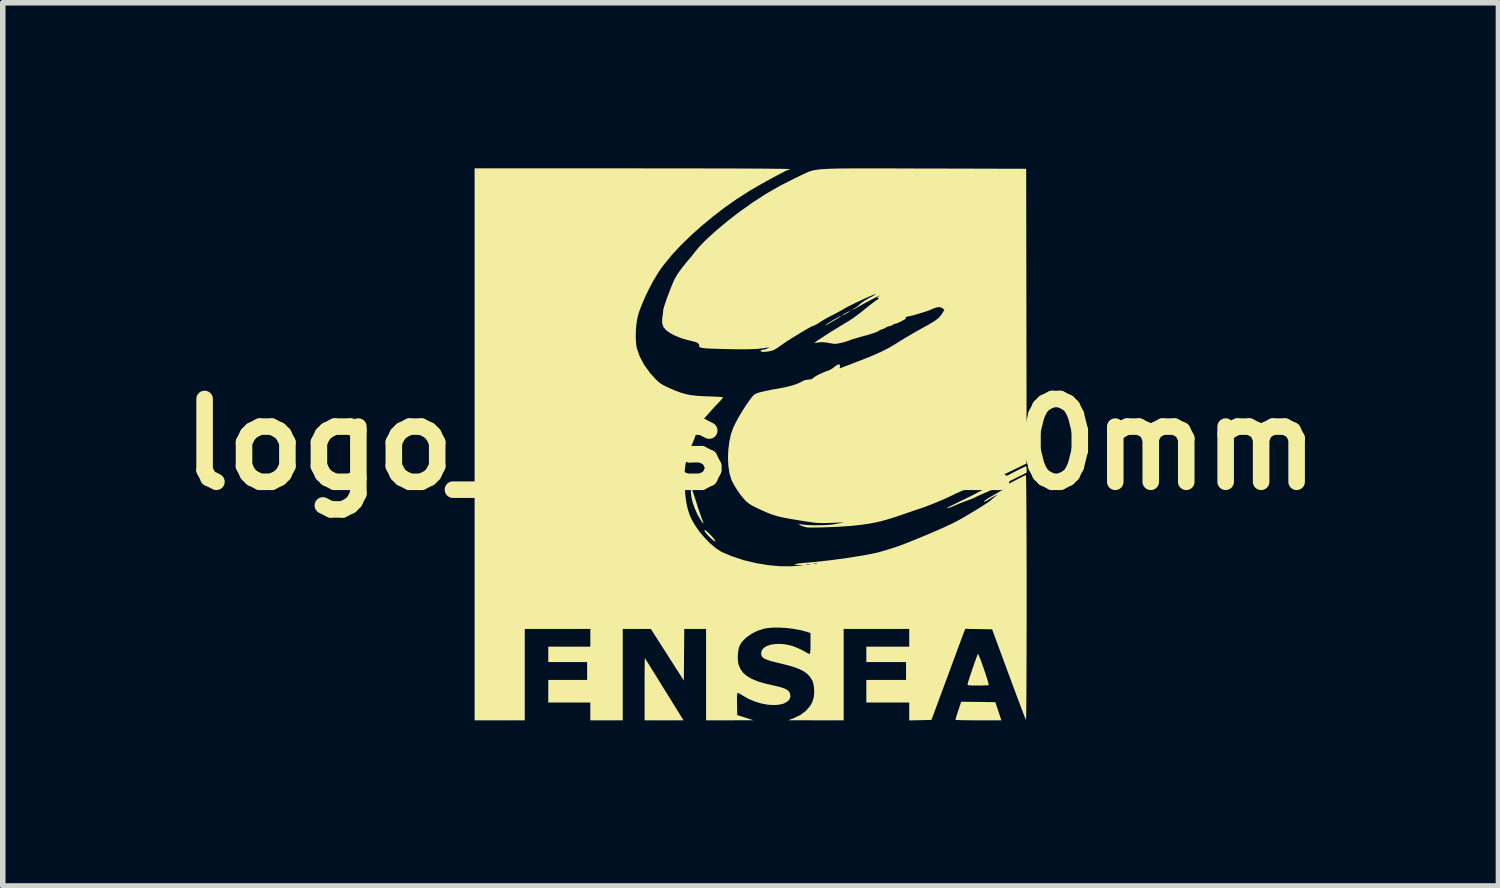
<source format=kicad_pcb>
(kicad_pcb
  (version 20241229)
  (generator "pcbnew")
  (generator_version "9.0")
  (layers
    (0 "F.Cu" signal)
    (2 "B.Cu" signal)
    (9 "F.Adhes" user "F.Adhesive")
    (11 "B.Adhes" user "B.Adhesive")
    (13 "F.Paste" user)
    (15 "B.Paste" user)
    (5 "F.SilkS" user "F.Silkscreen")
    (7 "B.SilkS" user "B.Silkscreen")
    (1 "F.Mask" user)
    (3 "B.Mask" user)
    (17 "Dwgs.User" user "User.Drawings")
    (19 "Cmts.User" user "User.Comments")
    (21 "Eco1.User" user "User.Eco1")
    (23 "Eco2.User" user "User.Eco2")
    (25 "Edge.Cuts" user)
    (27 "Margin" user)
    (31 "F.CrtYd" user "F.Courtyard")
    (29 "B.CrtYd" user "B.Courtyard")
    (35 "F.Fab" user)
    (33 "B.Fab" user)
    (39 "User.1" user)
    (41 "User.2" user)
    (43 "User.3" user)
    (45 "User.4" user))
  (footprint "logo_ensea_10mm"
    (layer "F.Cu")
    (at 10.55 5.001)
    (property "Reference" "logo_ensea_10mm" (at 0 0 0) (layer "F.SilkS") (effects (font (size 1.5 1.5) (thickness 0.3))))
    (attr board_only exclude_from_pos_files exclude_from_bom)
    (fp_poly (pts (xy 1.833 -2.427) (xy 1.826 -2.42) (xy 1.818 -2.427) (xy 1.826 -2.434)) (stroke (width 0) (type solid)) (fill yes) (layer "F.SilkS"))
    (fp_poly (pts (xy 1.792 -2.403) (xy 1.761 -2.385) (xy 1.73 -2.368) (xy 1.691 -2.349) (xy 1.664 -2.339) (xy 1.657 -2.339) (xy 1.669 -2.349) (xy 1.7 -2.367) (xy 1.73 -2.383) (xy 1.77 -2.402) (xy 1.797 -2.412) (xy 1.804 -2.413)) (stroke (width 0) (type solid)) (fill yes) (layer "F.SilkS"))
    (fp_poly (pts (xy -0.816 1.558) (xy -0.786 1.583) (xy -0.761 1.606) (xy -0.709 1.66) (xy -0.669 1.705) (xy -0.646 1.739) (xy -0.64 1.757) (xy -0.645 1.76) (xy -0.662 1.75) (xy -0.694 1.725) (xy -0.735 1.688) (xy -0.748 1.675) (xy -0.789 1.632) (xy -0.82 1.594) (xy -0.835 1.567) (xy -0.836 1.562) (xy -0.831 1.551)) (stroke (width 0) (type solid)) (fill yes) (layer "F.SilkS"))
    (fp_poly (pts (xy 4.125 4.667) (xy 4.434 4.671) (xy 4.489 4.836) (xy 4.544 5.001) (xy 4.127 5.001) (xy 4.02 5) (xy 3.923 4.999) (xy 3.84 4.998) (xy 3.774 4.996) (xy 3.73 4.993) (xy 3.711 4.99) (xy 3.71 4.99) (xy 3.715 4.972) (xy 3.727 4.933) (xy 3.744 4.878) (xy 3.763 4.821) (xy 3.816 4.663)) (stroke (width 0) (type solid)) (fill yes) (layer "F.SilkS"))
    (fp_poly (pts (xy 1.631 -2.318) (xy 1.6 -2.297) (xy 1.555 -2.269) (xy 1.504 -2.238) (xy 1.452 -2.208) (xy 1.406 -2.181) (xy 1.371 -2.163) (xy 1.354 -2.156) (xy 1.354 -2.156) (xy 1.358 -2.163) (xy 1.382 -2.181) (xy 1.409 -2.198) (xy 1.466 -2.233) (xy 1.523 -2.267) (xy 1.574 -2.295) (xy 1.614 -2.317) (xy 1.638 -2.327) (xy 1.642 -2.328)) (stroke (width 0) (type solid)) (fill yes) (layer "F.SilkS"))
    (fp_poly (pts (xy -1.064 0.814) (xy -1.061 0.821) (xy -1.05 0.848) (xy -1.034 0.897) (xy -1.012 0.962) (xy -0.989 1.035) (xy -0.982 1.056) (xy -0.957 1.137) (xy -0.93 1.216) (xy -0.906 1.285) (xy -0.888 1.335) (xy -0.886 1.341) (xy -0.868 1.386) (xy -0.858 1.42) (xy -0.856 1.433) (xy -0.866 1.425) (xy -0.887 1.398) (xy -0.906 1.368) (xy -0.964 1.268) (xy -1.012 1.16) (xy -1.05 1.053) (xy -1.074 0.952) (xy -1.083 0.865) (xy -1.082 0.837) (xy -1.078 0.803) (xy -1.074 0.797)) (stroke (width 0) (type solid)) (fill yes) (layer "F.SilkS"))
    (fp_poly (pts (xy -1.907 3.886) (xy -1.885 3.922) (xy -1.85 3.977) (xy -1.805 4.05) (xy -1.751 4.137) (xy -1.689 4.236) (xy -1.622 4.344) (xy -1.584 4.407) (xy -1.513 4.52) (xy -1.447 4.627) (xy -1.387 4.724) (xy -1.334 4.809) (xy -1.291 4.879) (xy -1.259 4.93) (xy -1.24 4.961) (xy -1.235 4.968) (xy -1.214 5.001) (xy -1.567 5.001) (xy -1.921 5.001) (xy -1.921 4.434) (xy -1.921 4.308) (xy -1.921 4.193) (xy -1.92 4.09) (xy -1.919 4.004) (xy -1.918 3.937) (xy -1.917 3.892) (xy -1.916 3.873) (xy -1.916 3.873)) (stroke (width 0) (type solid)) (fill yes) (layer "F.SilkS"))
    (fp_poly (pts (xy 4.126 3.805) (xy 4.141 3.839) (xy 4.163 3.893) (xy 4.189 3.963) (xy 4.218 4.045) (xy 4.226 4.069) (xy 4.255 4.155) (xy 4.28 4.231) (xy 4.299 4.293) (xy 4.312 4.338) (xy 4.316 4.36) (xy 4.315 4.361) (xy 4.298 4.365) (xy 4.258 4.367) (xy 4.199 4.369) (xy 4.129 4.37) (xy 4.118 4.37) (xy 4.039 4.37) (xy 3.984 4.368) (xy 3.951 4.364) (xy 3.934 4.357) (xy 3.93 4.35) (xy 3.935 4.33) (xy 3.947 4.287) (xy 3.966 4.229) (xy 3.989 4.159) (xy 4.014 4.083) (xy 4.041 4.006) (xy 4.066 3.934) (xy 4.088 3.872) (xy 4.106 3.825) (xy 4.117 3.799) (xy 4.119 3.795)) (stroke (width 0) (type solid)) (fill yes) (layer "F.SilkS"))
    (fp_poly (pts (xy 4.998 0.409) (xy 5.001 0.442) (xy 5.001 0.455) (xy 5.001 0.513) (xy 4.694 0.667) (xy 4.596 0.715) (xy 4.498 0.763) (xy 4.405 0.807) (xy 4.323 0.845) (xy 4.259 0.873) (xy 4.243 0.88) (xy 4.18 0.907) (xy 4.125 0.932) (xy 4.085 0.951) (xy 4.07 0.959) (xy 4.042 0.973) (xy 3.996 0.992) (xy 3.939 1.013) (xy 3.926 1.018) (xy 3.853 1.045) (xy 3.771 1.077) (xy 3.701 1.108) (xy 3.646 1.131) (xy 3.602 1.147) (xy 3.572 1.156) (xy 3.559 1.156) (xy 3.566 1.148) (xy 3.597 1.13) (xy 3.615 1.121) (xy 3.654 1.102) (xy 3.712 1.074) (xy 3.784 1.038) (xy 3.863 1) (xy 3.908 0.978) (xy 3.973 0.946) (xy 4.048 0.908) (xy 4.129 0.865) (xy 4.214 0.821) (xy 4.298 0.777) (xy 4.379 0.733) (xy 4.453 0.694) (xy 4.515 0.659) (xy 4.564 0.632) (xy 4.594 0.614) (xy 4.604 0.606) (xy 4.601 0.607) (xy 4.58 0.611) (xy 4.576 0.608) (xy 4.588 0.6) (xy 4.621 0.582) (xy 4.67 0.556) (xy 4.729 0.525) (xy 4.792 0.493) (xy 4.855 0.461) (xy 4.912 0.433) (xy 4.958 0.411) (xy 4.986 0.398) (xy 4.993 0.396)) (stroke (width 0) (type solid)) (fill yes) (layer "F.SilkS"))
    (fp_poly (pts (xy 2.253 -5) (xy 2.461 -5) (xy 2.694 -4.999) (xy 2.953 -4.998) (xy 3.146 -4.998) (xy 4.993 -4.993) (xy 4.997 -2.324) (xy 5.001 0.346) (xy 4.571 0.555) (xy 4.44 0.617) (xy 4.334 0.667) (xy 4.25 0.705) (xy 4.185 0.733) (xy 4.137 0.751) (xy 4.105 0.759) (xy 4.09 0.761) (xy 4.048 0.766) (xy 3.984 0.784) (xy 3.905 0.812) (xy 3.814 0.849) (xy 3.717 0.892) (xy 3.644 0.928) (xy 3.572 0.962) (xy 3.483 1.002) (xy 3.386 1.043) (xy 3.288 1.083) (xy 3.198 1.118) (xy 3.123 1.145) (xy 3.102 1.152) (xy 3.07 1.163) (xy 3.016 1.181) (xy 2.945 1.205) (xy 2.861 1.234) (xy 2.77 1.266) (xy 2.746 1.274) (xy 2.603 1.322) (xy 2.478 1.361) (xy 2.365 1.392) (xy 2.255 1.417) (xy 2.14 1.438) (xy 2.012 1.456) (xy 1.914 1.468) (xy 1.837 1.476) (xy 1.745 1.483) (xy 1.642 1.49) (xy 1.534 1.496) (xy 1.424 1.5) (xy 1.318 1.504) (xy 1.219 1.506) (xy 1.134 1.507) (xy 1.065 1.507) (xy 1.019 1.504) (xy 1.005 1.502) (xy 0.946 1.484) (xy 0.904 1.469) (xy 0.881 1.456) (xy 0.879 1.448) (xy 0.9 1.447) (xy 0.942 1.453) (xy 0.998 1.46) (xy 1.076 1.464) (xy 1.167 1.466) (xy 1.263 1.465) (xy 1.358 1.462) (xy 1.444 1.456) (xy 1.511 1.448) (xy 1.529 1.445) (xy 1.589 1.434) (xy 1.642 1.424) (xy 1.679 1.417) (xy 1.679 1.417) (xy 1.681 1.416) (xy 1.658 1.415) (xy 1.614 1.417) (xy 1.551 1.419) (xy 1.518 1.42) (xy 1.424 1.424) (xy 1.345 1.426) (xy 1.277 1.426) (xy 1.211 1.423) (xy 1.142 1.417) (xy 1.064 1.406) (xy 0.97 1.392) (xy 0.854 1.373) (xy 0.844 1.371) (xy 0.723 1.351) (xy 0.626 1.333) (xy 0.546 1.317) (xy 0.479 1.3) (xy 0.418 1.282) (xy 0.358 1.261) (xy 0.294 1.235) (xy 0.219 1.202) (xy 0.184 1.186) (xy 0.093 1.143) (xy 0.023 1.107) (xy -0.031 1.073) (xy -0.074 1.038) (xy -0.086 1.027) (xy -0.139 0.969) (xy -0.198 0.893) (xy -0.255 0.809) (xy -0.305 0.726) (xy -0.343 0.653) (xy -0.349 0.637) (xy -0.383 0.524) (xy -0.403 0.391) (xy -0.41 0.247) (xy -0.404 0.098) (xy -0.386 -0.048) (xy -0.356 -0.184) (xy -0.316 -0.299) (xy -0.273 -0.387) (xy -0.218 -0.49) (xy -0.154 -0.598) (xy -0.087 -0.703) (xy -0.022 -0.797) (xy -0.007 -0.817) (xy 0.031 -0.866) (xy 0.061 -0.897) (xy 0.091 -0.917) (xy 0.131 -0.932) (xy 0.161 -0.941) (xy 0.216 -0.955) (xy 0.29 -0.971) (xy 0.37 -0.988) (xy 0.425 -0.998) (xy 0.553 -1.021) (xy 0.656 -1.042) (xy 0.74 -1.063) (xy 0.81 -1.085) (xy 0.871 -1.109) (xy 0.928 -1.137) (xy 0.953 -1.151) (xy 0.992 -1.165) (xy 1.041 -1.173) (xy 1.051 -1.173) (xy 1.103 -1.18) (xy 1.132 -1.2) (xy 1.156 -1.22) (xy 1.2 -1.247) (xy 1.258 -1.276) (xy 1.32 -1.304) (xy 1.381 -1.328) (xy 1.401 -1.334) (xy 1.448 -1.355) (xy 1.49 -1.381) (xy 1.496 -1.386) (xy 1.545 -1.425) (xy 1.584 -1.446) (xy 1.611 -1.448) (xy 1.621 -1.43) (xy 1.619 -1.413) (xy 1.614 -1.386) (xy 1.623 -1.38) (xy 1.637 -1.385) (xy 1.659 -1.393) (xy 1.703 -1.411) (xy 1.766 -1.434) (xy 1.842 -1.463) (xy 1.926 -1.496) (xy 1.936 -1.499) (xy 2.114 -1.569) (xy 2.267 -1.633) (xy 2.396 -1.692) (xy 2.506 -1.749) (xy 2.599 -1.803) (xy 2.613 -1.812) (xy 2.686 -1.858) (xy 2.778 -1.914) (xy 2.882 -1.976) (xy 2.991 -2.039) (xy 3.099 -2.1) (xy 3.197 -2.154) (xy 3.288 -2.206) (xy 3.357 -2.251) (xy 3.409 -2.293) (xy 3.447 -2.336) (xy 3.472 -2.373) (xy 3.51 -2.439) (xy 3.475 -2.467) (xy 3.428 -2.487) (xy 3.366 -2.481) (xy 3.289 -2.452) (xy 3.285 -2.449) (xy 3.242 -2.431) (xy 3.185 -2.41) (xy 3.146 -2.398) (xy 3.087 -2.38) (xy 3.029 -2.362) (xy 2.999 -2.353) (xy 2.944 -2.337) (xy 2.887 -2.324) (xy 2.882 -2.323) (xy 2.832 -2.313) (xy 2.808 -2.303) (xy 2.809 -2.292) (xy 2.815 -2.288) (xy 2.811 -2.278) (xy 2.787 -2.26) (xy 2.749 -2.239) (xy 2.706 -2.217) (xy 2.664 -2.198) (xy 2.631 -2.187) (xy 2.619 -2.185) (xy 2.594 -2.177) (xy 2.573 -2.164) (xy 2.538 -2.146) (xy 2.515 -2.141) (xy 2.483 -2.133) (xy 2.445 -2.114) (xy 2.442 -2.112) (xy 2.407 -2.092) (xy 2.379 -2.083) (xy 2.377 -2.083) (xy 2.349 -2.074) (xy 2.333 -2.063) (xy 2.304 -2.045) (xy 2.255 -2.024) (xy 2.184 -2.001) (xy 2.089 -1.973) (xy 2.007 -1.951) (xy 1.936 -1.931) (xy 1.871 -1.912) (xy 1.821 -1.896) (xy 1.794 -1.885) (xy 1.759 -1.872) (xy 1.707 -1.856) (xy 1.647 -1.84) (xy 1.644 -1.839) (xy 1.582 -1.826) (xy 1.534 -1.821) (xy 1.489 -1.824) (xy 1.446 -1.832) (xy 1.368 -1.846) (xy 1.306 -1.851) (xy 1.249 -1.849) (xy 1.203 -1.843) (xy 1.176 -1.838) (xy 1.163 -1.839) (xy 1.166 -1.846) (xy 1.186 -1.862) (xy 1.226 -1.89) (xy 1.288 -1.931) (xy 1.291 -1.932) (xy 1.349 -1.971) (xy 1.404 -2.006) (xy 1.46 -2.042) (xy 1.523 -2.08) (xy 1.596 -2.125) (xy 1.685 -2.179) (xy 1.789 -2.242) (xy 1.843 -2.277) (xy 1.911 -2.326) (xy 1.984 -2.381) (xy 2.055 -2.437) (xy 2.06 -2.442) (xy 2.124 -2.494) (xy 2.185 -2.541) (xy 2.236 -2.581) (xy 2.273 -2.607) (xy 2.279 -2.61) (xy 2.312 -2.632) (xy 2.323 -2.645) (xy 2.313 -2.653) (xy 2.308 -2.655) (xy 2.29 -2.663) (xy 2.298 -2.67) (xy 2.315 -2.676) (xy 2.337 -2.686) (xy 2.341 -2.694) (xy 2.326 -2.69) (xy 2.291 -2.674) (xy 2.239 -2.648) (xy 2.176 -2.615) (xy 2.105 -2.578) (xy 2.033 -2.538) (xy 1.962 -2.498) (xy 1.903 -2.464) (xy 1.87 -2.446) (xy 1.85 -2.439) (xy 1.848 -2.44) (xy 1.859 -2.452) (xy 1.888 -2.469) (xy 1.892 -2.471) (xy 1.93 -2.496) (xy 1.972 -2.531) (xy 1.984 -2.543) (xy 2.02 -2.572) (xy 2.073 -2.608) (xy 2.133 -2.643) (xy 2.154 -2.654) (xy 2.206 -2.682) (xy 2.245 -2.704) (xy 2.267 -2.719) (xy 2.269 -2.722) (xy 2.253 -2.719) (xy 2.216 -2.706) (xy 2.161 -2.683) (xy 2.094 -2.654) (xy 2.019 -2.619) (xy 1.941 -2.583) (xy 1.863 -2.545) (xy 1.792 -2.51) (xy 1.731 -2.478) (xy 1.694 -2.457) (xy 1.625 -2.417) (xy 1.554 -2.378) (xy 1.492 -2.346) (xy 1.46 -2.33) (xy 1.404 -2.301) (xy 1.337 -2.264) (xy 1.272 -2.224) (xy 1.261 -2.216) (xy 1.212 -2.185) (xy 1.171 -2.162) (xy 1.146 -2.15) (xy 1.142 -2.15) (xy 1.126 -2.145) (xy 1.089 -2.127) (xy 1.036 -2.098) (xy 0.971 -2.06) (xy 0.898 -2.017) (xy 0.821 -1.97) (xy 0.744 -1.922) (xy 0.671 -1.876) (xy 0.608 -1.834) (xy 0.556 -1.798) (xy 0.545 -1.79) (xy 0.485 -1.747) (xy 0.439 -1.719) (xy 0.397 -1.701) (xy 0.351 -1.689) (xy 0.325 -1.684) (xy 0.258 -1.675) (xy 0.21 -1.676) (xy 0.184 -1.685) (xy 0.183 -1.701) (xy 0.203 -1.712) (xy 0.232 -1.716) (xy 0.275 -1.725) (xy 0.308 -1.739) (xy 0.345 -1.761) (xy 0.307 -1.754) (xy 0.229 -1.741) (xy 0.136 -1.731) (xy 0.026 -1.725) (xy -0.104 -1.722) (xy -0.257 -1.723) (xy -0.396 -1.725) (xy -0.536 -1.729) (xy -0.649 -1.732) (xy -0.738 -1.735) (xy -0.807 -1.739) (xy -0.857 -1.744) (xy -0.892 -1.75) (xy -0.914 -1.757) (xy -0.926 -1.766) (xy -0.931 -1.777) (xy -0.932 -1.785) (xy -0.935 -1.809) (xy -0.946 -1.828) (xy -0.971 -1.843) (xy -1.012 -1.858) (xy -1.076 -1.874) (xy -1.117 -1.884) (xy -1.24 -1.918) (xy -1.355 -1.963) (xy -1.455 -2.014) (xy -1.532 -2.069) (xy -1.58 -2.127) (xy -1.603 -2.196) (xy -1.602 -2.279) (xy -1.599 -2.302) (xy -1.59 -2.357) (xy -1.585 -2.408) (xy -1.584 -2.427) (xy -1.579 -2.456) (xy -1.564 -2.507) (xy -1.542 -2.574) (xy -1.515 -2.652) (xy -1.484 -2.735) (xy -1.452 -2.818) (xy -1.421 -2.895) (xy -1.393 -2.961) (xy -1.372 -3.004) (xy -1.338 -3.063) (xy -1.288 -3.137) (xy -1.228 -3.217) (xy -1.164 -3.297) (xy -1.123 -3.345) (xy -1.085 -3.389) (xy -1.039 -3.447) (xy -0.992 -3.506) (xy -0.983 -3.518) (xy -0.925 -3.586) (xy -0.846 -3.668) (xy -0.75 -3.76) (xy -0.64 -3.859) (xy -0.518 -3.963) (xy -0.39 -4.068) (xy -0.257 -4.171) (xy -0.2 -4.214) (xy 0.045 -4.388) (xy 0.286 -4.543) (xy 0.533 -4.685) (xy 0.797 -4.819) (xy 0.887 -4.862) (xy 0.929 -4.882) (xy 0.966 -4.9) (xy 1 -4.916) (xy 1.032 -4.931) (xy 1.064 -4.943) (xy 1.099 -4.954) (xy 1.136 -4.964) (xy 1.179 -4.972) (xy 1.229 -4.979) (xy 1.287 -4.985) (xy 1.355 -4.989) (xy 1.435 -4.993) (xy 1.528 -4.996) (xy 1.637 -4.998) (xy 1.762 -4.999) (xy 1.905 -5) (xy 2.068 -5)) (stroke (width 0) (type solid)) (fill yes) (layer "F.SilkS"))
    (fp_poly (pts (xy -2.13 -5.001) (xy -1.756 -5) (xy -1.407 -5) (xy -1.083 -5) (xy -0.785 -4.999) (xy -0.513 -4.999) (xy -0.267 -4.998) (xy -0.047 -4.997) (xy 0.145 -4.996) (xy 0.31 -4.995) (xy 0.448 -4.993) (xy 0.558 -4.992) (xy 0.64 -4.99) (xy 0.693 -4.989) (xy 0.717 -4.987) (xy 0.719 -4.986) (xy 0.689 -4.974) (xy 0.678 -4.972) (xy 0.658 -4.965) (xy 0.617 -4.945) (xy 0.559 -4.915) (xy 0.486 -4.877) (xy 0.404 -4.833) (xy 0.316 -4.785) (xy 0.226 -4.734) (xy 0.138 -4.685) (xy 0.056 -4.637) (xy -0.017 -4.594) (xy -0.037 -4.582) (xy -0.255 -4.442) (xy -0.473 -4.289) (xy -0.686 -4.125) (xy -0.891 -3.955) (xy -1.085 -3.781) (xy -1.264 -3.607) (xy -1.424 -3.435) (xy -1.562 -3.268) (xy -1.619 -3.193) (xy -1.692 -3.082) (xy -1.768 -2.954) (xy -1.841 -2.816) (xy -1.91 -2.674) (xy -1.969 -2.536) (xy -2.017 -2.41) (xy -2.04 -2.335) (xy -2.059 -2.246) (xy -2.073 -2.141) (xy -2.08 -2.03) (xy -2.081 -1.921) (xy -2.075 -1.823) (xy -2.062 -1.745) (xy -2.062 -1.744) (xy -2.009 -1.591) (xy -1.929 -1.441) (xy -1.822 -1.293) (xy -1.72 -1.18) (xy -1.678 -1.139) (xy -1.638 -1.107) (xy -1.591 -1.078) (xy -1.531 -1.047) (xy -1.461 -1.015) (xy -1.357 -0.97) (xy -1.264 -0.936) (xy -1.178 -0.911) (xy -1.089 -0.893) (xy -0.99 -0.881) (xy -0.876 -0.873) (xy -0.774 -0.869) (xy -0.687 -0.866) (xy -0.612 -0.863) (xy -0.553 -0.859) (xy -0.513 -0.855) (xy -0.499 -0.851) (xy -0.499 -0.851) (xy -0.508 -0.837) (xy -0.534 -0.806) (xy -0.573 -0.763) (xy -0.621 -0.713) (xy -0.627 -0.707) (xy -0.67 -0.661) (xy -0.718 -0.608) (xy -0.77 -0.549) (xy -0.823 -0.489) (xy -0.873 -0.43) (xy -0.918 -0.376) (xy -0.955 -0.331) (xy -0.982 -0.297) (xy -0.995 -0.278) (xy -0.991 -0.277) (xy -0.99 -0.279) (xy -0.97 -0.293) (xy -0.969 -0.285) (xy -0.974 -0.271) (xy -0.984 -0.235) (xy -0.99 -0.195) (xy -0.998 -0.161) (xy -1.016 -0.109) (xy -1.041 -0.049) (xy -1.054 -0.019) (xy -1.11 0.114) (xy -1.151 0.237) (xy -1.179 0.358) (xy -1.194 0.485) (xy -1.198 0.627) (xy -1.195 0.748) (xy -1.184 0.913) (xy -1.165 1.055) (xy -1.138 1.177) (xy -1.102 1.285) (xy -1.071 1.355) (xy -1.007 1.467) (xy -0.927 1.581) (xy -0.836 1.69) (xy -0.739 1.789) (xy -0.641 1.873) (xy -0.546 1.937) (xy -0.51 1.956) (xy -0.323 2.034) (xy -0.118 2.1) (xy 0.096 2.151) (xy 0.313 2.188) (xy 0.527 2.208) (xy 0.731 2.21) (xy 0.865 2.2) (xy 0.961 2.19) (xy 0.865 2.186) (xy 0.816 2.183) (xy 0.796 2.178) (xy 1.001 2.178) (xy 1.02 2.181) (xy 1.041 2.181) (xy 1.073 2.18) (xy 1.082 2.177) (xy 1.074 2.175) (xy 1.031 2.172) (xy 1.008 2.175) (xy 1.001 2.178) (xy 0.796 2.178) (xy 0.795 2.178) (xy 0.8 2.172) (xy 0.83 2.165) (xy 0.83 2.165) (xy 1.143 2.165) (xy 1.163 2.167) (xy 1.173 2.167) (xy 1.2 2.166) (xy 1.203 2.162) (xy 1.199 2.16) (xy 1.162 2.158) (xy 1.148 2.16) (xy 1.143 2.165) (xy 0.83 2.165) (xy 0.883 2.157) (xy 0.958 2.149) (xy 1.041 2.142) (xy 1.161 2.132) (xy 1.297 2.117) (xy 1.443 2.1) (xy 1.595 2.08) (xy 1.747 2.059) (xy 1.893 2.036) (xy 2.03 2.014) (xy 2.151 1.992) (xy 2.252 1.971) (xy 2.31 1.958) (xy 2.383 1.937) (xy 2.473 1.911) (xy 2.566 1.882) (xy 2.647 1.855) (xy 2.724 1.828) (xy 2.82 1.791) (xy 2.93 1.747) (xy 3.05 1.698) (xy 3.175 1.646) (xy 3.3 1.593) (xy 3.42 1.541) (xy 3.529 1.492) (xy 3.623 1.448) (xy 3.697 1.412) (xy 3.724 1.398) (xy 3.803 1.355) (xy 3.89 1.305) (xy 3.981 1.251) (xy 4.071 1.197) (xy 4.156 1.145) (xy 4.23 1.098) (xy 4.291 1.058) (xy 4.332 1.029) (xy 4.342 1.021) (xy 4.385 0.984) (xy 4.427 0.95) (xy 4.437 0.942) (xy 4.48 0.909) (xy 4.429 0.933) (xy 4.385 0.957) (xy 4.334 0.988) (xy 4.315 1) (xy 4.274 1.024) (xy 4.24 1.037) (xy 4.227 1.038) (xy 4.23 1.029) (xy 4.256 1.009) (xy 4.303 0.978) (xy 4.368 0.939) (xy 4.414 0.913) (xy 4.483 0.873) (xy 4.542 0.839) (xy 4.585 0.812) (xy 4.609 0.796) (xy 4.612 0.792) (xy 4.588 0.8) (xy 4.576 0.806) (xy 4.55 0.815) (xy 4.541 0.805) (xy 4.556 0.785) (xy 4.56 0.782) (xy 4.586 0.766) (xy 4.63 0.741) (xy 4.687 0.71) (xy 4.75 0.676) (xy 4.816 0.642) (xy 4.878 0.61) (xy 4.931 0.583) (xy 4.969 0.565) (xy 4.987 0.557) (xy 4.988 0.557) (xy 4.989 0.572) (xy 4.991 0.614) (xy 4.992 0.683) (xy 4.994 0.777) (xy 4.995 0.896) (xy 4.996 1.036) (xy 4.997 1.198) (xy 4.998 1.38) (xy 4.999 1.58) (xy 5 1.797) (xy 5 2.029) (xy 5.001 2.276) (xy 5.001 2.536) (xy 5.001 2.781) (xy 5.001 3.034) (xy 5.001 3.279) (xy 5 3.513) (xy 5 3.737) (xy 4.999 3.947) (xy 4.998 4.143) (xy 4.998 4.322) (xy 4.997 4.484) (xy 4.996 4.627) (xy 4.995 4.748) (xy 4.994 4.847) (xy 4.993 4.922) (xy 4.991 4.972) (xy 4.99 4.994) (xy 4.99 4.995) (xy 4.983 4.979) (xy 4.967 4.939) (xy 4.942 4.876) (xy 4.91 4.792) (xy 4.872 4.691) (xy 4.828 4.575) (xy 4.78 4.445) (xy 4.728 4.306) (xy 4.677 4.167) (xy 4.375 3.351) (xy 4.132 3.347) (xy 3.889 3.343) (xy 3.864 3.408) (xy 3.854 3.434) (xy 3.835 3.485) (xy 3.808 3.557) (xy 3.774 3.649) (xy 3.734 3.757) (xy 3.689 3.879) (xy 3.64 4.012) (xy 3.588 4.153) (xy 3.558 4.233) (xy 3.277 4.993) (xy 3.076 4.998) (xy 2.874 5.002) (xy 2.874 4.84) (xy 2.874 4.678) (xy 2.486 4.678) (xy 2.097 4.678) (xy 2.097 4.473) (xy 2.097 4.268) (xy 2.456 4.268) (xy 2.816 4.268) (xy 2.816 4.106) (xy 2.816 3.945) (xy 2.456 3.945) (xy 2.097 3.945) (xy 2.097 3.806) (xy 2.097 3.666) (xy 2.486 3.666) (xy 2.874 3.666) (xy 2.874 3.505) (xy 2.874 3.344) (xy 2.28 3.344) (xy 1.686 3.344) (xy 1.686 4.172) (xy 1.686 5.001) (xy 1.184 5) (xy 0.682 4.999) (xy 0.771 4.966) (xy 0.896 4.907) (xy 0.999 4.831) (xy 1.078 4.74) (xy 1.117 4.671) (xy 1.142 4.592) (xy 1.153 4.499) (xy 1.149 4.405) (xy 1.132 4.319) (xy 1.117 4.279) (xy 1.079 4.216) (xy 1.031 4.163) (xy 0.968 4.116) (xy 0.889 4.074) (xy 0.788 4.036) (xy 0.664 4) (xy 0.554 3.973) (xy 0.442 3.946) (xy 0.355 3.923) (xy 0.29 3.901) (xy 0.245 3.88) (xy 0.215 3.858) (xy 0.199 3.832) (xy 0.192 3.802) (xy 0.191 3.779) (xy 0.204 3.728) (xy 0.242 3.685) (xy 0.3 3.651) (xy 0.375 3.628) (xy 0.463 3.616) (xy 0.559 3.616) (xy 0.66 3.629) (xy 0.763 3.655) (xy 0.77 3.658) (xy 0.838 3.684) (xy 0.909 3.716) (xy 0.966 3.746) (xy 0.97 3.748) (xy 1.014 3.774) (xy 1.05 3.792) (xy 1.069 3.798) (xy 1.076 3.786) (xy 1.082 3.747) (xy 1.085 3.682) (xy 1.085 3.609) (xy 1.085 3.419) (xy 1.016 3.396) (xy 0.904 3.366) (xy 0.777 3.343) (xy 0.645 3.327) (xy 0.513 3.32) (xy 0.39 3.321) (xy 0.282 3.332) (xy 0.235 3.342) (xy 0.118 3.381) (xy 0.01 3.436) (xy -0.083 3.503) (xy -0.156 3.578) (xy -0.198 3.644) (xy -0.217 3.704) (xy -0.229 3.782) (xy -0.233 3.865) (xy -0.228 3.942) (xy -0.22 3.983) (xy -0.188 4.064) (xy -0.139 4.134) (xy -0.071 4.195) (xy 0.018 4.248) (xy 0.131 4.295) (xy 0.268 4.335) (xy 0.389 4.363) (xy 0.495 4.387) (xy 0.576 4.41) (xy 0.635 4.433) (xy 0.676 4.459) (xy 0.701 4.488) (xy 0.71 4.504) (xy 0.723 4.564) (xy 0.707 4.616) (xy 0.672 4.656) (xy 0.605 4.695) (xy 0.519 4.717) (xy 0.417 4.724) (xy 0.306 4.716) (xy 0.189 4.694) (xy 0.071 4.658) (xy -0.043 4.609) (xy -0.138 4.554) (xy -0.181 4.527) (xy -0.216 4.508) (xy -0.233 4.502) (xy -0.24 4.511) (xy -0.245 4.541) (xy -0.247 4.593) (xy -0.247 4.67) (xy -0.246 4.703) (xy -0.242 4.905) (xy -0.095 4.952) (xy 0.051 4.999) (xy -0.378 5) (xy -0.807 5.001) (xy -0.807 4.172) (xy -0.807 3.344) (xy -1.004 3.344) (xy -1.202 3.344) (xy -1.206 3.812) (xy -1.21 4.28) (xy -1.509 3.812) (xy -1.808 3.344) (xy -2.063 3.344) (xy -2.317 3.344) (xy -2.317 4.172) (xy -2.317 5.001) (xy -2.61 5.001) (xy -2.904 5.001) (xy -2.904 4.839) (xy -2.904 4.678) (xy -3.285 4.678) (xy -3.666 4.678) (xy -3.666 4.473) (xy -3.666 4.268) (xy -3.314 4.268) (xy -2.962 4.268) (xy -2.962 4.106) (xy -2.962 3.945) (xy -3.314 3.945) (xy -3.666 3.945) (xy -3.666 3.806) (xy -3.666 3.666) (xy -3.285 3.666) (xy -2.904 3.666) (xy -2.904 3.505) (xy -2.904 3.344) (xy -3.498 3.344) (xy -4.092 3.344) (xy -4.092 4.172) (xy -4.092 5.001) (xy -4.546 5.001) (xy -5.001 5.001) (xy -5.001 0) (xy -5.001 -5.001)) (stroke (width 0) (type solid)) (fill yes) (layer "F.SilkS")))
  (gr_rect
    (start -3 -3)
    (end 24.1 13.002)
    (stroke (width 0.1) (type default))
    (fill no)
    (layer "Edge.Cuts")))
</source>
